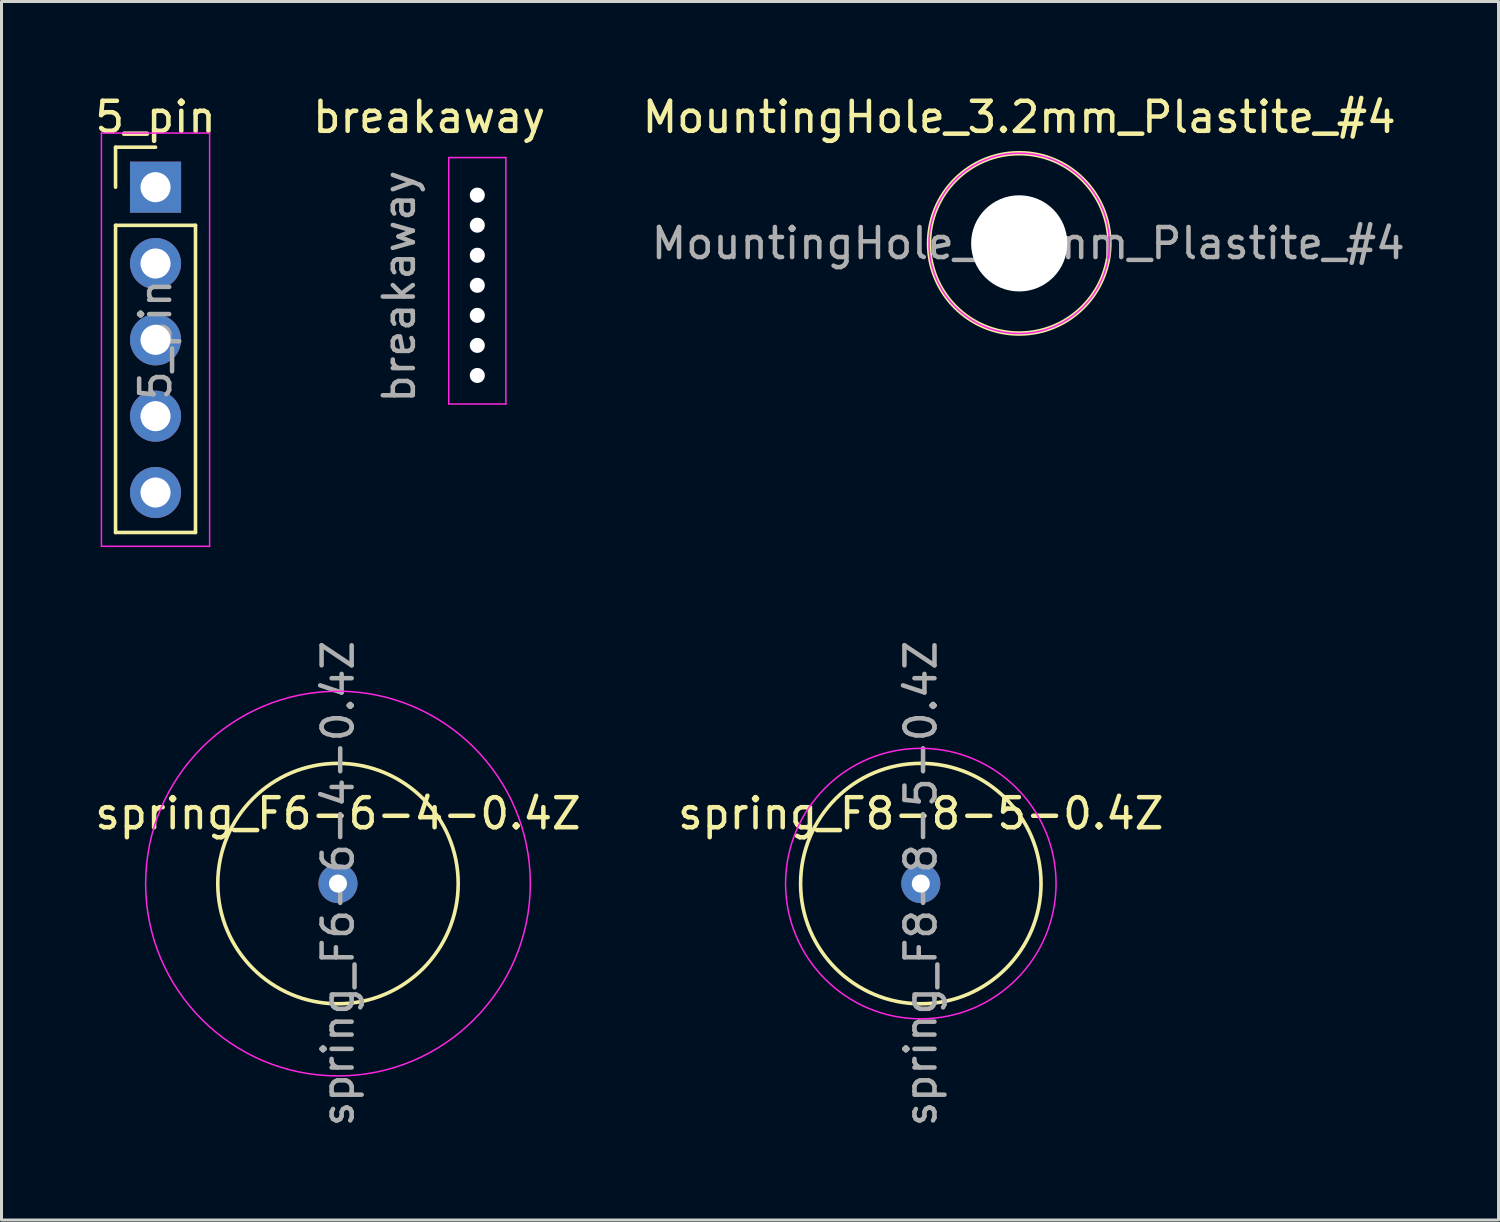
<source format=kicad_pcb>
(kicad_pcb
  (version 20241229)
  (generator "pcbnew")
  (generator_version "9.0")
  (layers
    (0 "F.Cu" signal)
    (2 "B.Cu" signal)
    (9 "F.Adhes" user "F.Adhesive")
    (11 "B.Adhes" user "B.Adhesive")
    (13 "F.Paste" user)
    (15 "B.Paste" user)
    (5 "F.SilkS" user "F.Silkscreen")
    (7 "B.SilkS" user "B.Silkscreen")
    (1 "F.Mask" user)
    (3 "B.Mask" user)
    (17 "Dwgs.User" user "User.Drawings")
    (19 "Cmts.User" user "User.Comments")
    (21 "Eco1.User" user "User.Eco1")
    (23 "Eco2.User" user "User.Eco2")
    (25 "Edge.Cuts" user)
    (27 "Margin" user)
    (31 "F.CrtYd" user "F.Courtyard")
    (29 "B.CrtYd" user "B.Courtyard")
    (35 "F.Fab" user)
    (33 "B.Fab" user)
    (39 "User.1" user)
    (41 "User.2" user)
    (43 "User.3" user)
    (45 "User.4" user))
  (footprint "5_pin"
    (layer "F.Cu")
    (at 2.125 8.258)
    (property "Reference" "5_pin" (at 0 -7.41 0) (layer "F.SilkS") (effects (font (size 1 1) (thickness 0.15))))
    (attr smd)
    (fp_line (start -1.33 -6.41) (end 0 -6.41) (stroke (width 0.12) (type solid)) (layer "F.SilkS"))
    (fp_line (start -1.33 -5.08) (end -1.33 -6.41) (stroke (width 0.12) (type solid)) (layer "F.SilkS"))
    (fp_line (start -1.33 -3.81) (end -1.33 6.41) (stroke (width 0.12) (type solid)) (layer "F.SilkS"))
    (fp_line (start -1.33 -3.81) (end 1.33 -3.81) (stroke (width 0.12) (type solid)) (layer "F.SilkS"))
    (fp_line (start -1.33 6.41) (end 1.33 6.41) (stroke (width 0.12) (type solid)) (layer "F.SilkS"))
    (fp_line (start 1.33 -3.81) (end 1.33 6.41) (stroke (width 0.12) (type solid)) (layer "F.SilkS"))
    (fp_line (start -1.8 -6.88) (end -1.8 6.87) (stroke (width 0.05) (type solid)) (layer "F.CrtYd"))
    (fp_line (start -1.8 6.87) (end 1.8 6.87) (stroke (width 0.05) (type solid)) (layer "F.CrtYd"))
    (fp_line (start 1.8 -6.88) (end -1.8 -6.88) (stroke (width 0.05) (type solid)) (layer "F.CrtYd"))
    (fp_line (start 1.8 6.87) (end 1.8 -6.88) (stroke (width 0.05) (type solid)) (layer "F.CrtYd"))
    (fp_text user "${REFERENCE}" (at 0 0 270) (layer "F.Fab") (effects (font (size 1 1) (thickness 0.15))))
    (pad "1" thru_hole rect (at 0 -5.08) (size 1.7 1.7) (drill 1) (layers "*.Cu" "*.Mask"))
    (pad "2" thru_hole oval (at 0 -2.54) (size 1.7 1.7) (drill 1) (layers "*.Cu" "*.Mask"))
    (pad "3" thru_hole oval (at 0 0) (size 1.7 1.7) (drill 1) (layers "*.Cu" "*.Mask"))
    (pad "4" thru_hole oval (at 0 2.54) (size 1.7 1.7) (drill 1) (layers "*.Cu" "*.Mask"))
    (pad "5" thru_hole oval (at 0 5.08 180) (size 1.7 1.7) (drill 1) (layers "*.Cu" "*.Mask")))
  (footprint "spring_F8-8-5-0.4Z"
    (layer "F.Cu")
    (at 27.589 26.35)
    (property "Reference" "spring_F8-8-5-0.4Z" (at 0 -2.33 0) (layer "F.SilkS") (effects (font (size 1 1) (thickness 0.15))))
    (attr through_hole)
    (fp_circle (center 0 0) (end 4 0) (stroke (width 0.12) (type default)) (fill no) (layer "F.SilkS"))
    (fp_circle (center 0 0) (end 4.5 0) (stroke (width 0.05) (type default)) (fill no) (layer "F.CrtYd"))
    (fp_text user "${REFERENCE}" (at 0 0 90) (layer "F.Fab") (effects (font (size 1 1) (thickness 0.15))))
    (pad "1" thru_hole circle (at 0 0) (size 1.3 1.3) (drill 0.6) (layers "*.Cu" "*.Mask")))
  (footprint "breakaway"
    (layer "F.Cu")
    (at 12.832 3.943)
    (property "Reference" "breakaway" (at -1.6 -3.095 0) (layer "F.SilkS") (effects (font (size 1 1) (thickness 0.15))))
    (attr through_hole exclude_from_pos_files exclude_from_bom)
    (fp_line (start -0.95 -1.75) (end -0.95 6.45) (stroke (width 0.05) (type solid)) (layer "F.CrtYd"))
    (fp_line (start -0.95 6.45) (end 0.95 6.45) (stroke (width 0.05) (type solid)) (layer "F.CrtYd"))
    (fp_line (start 0.95 -1.75) (end -0.95 -1.75) (stroke (width 0.05) (type solid)) (layer "F.CrtYd"))
    (fp_line (start 0.95 6.45) (end 0.95 -1.75) (stroke (width 0.05) (type solid)) (layer "F.CrtYd"))
    (fp_text user "${REFERENCE}" (at -2.6 2.54 90) (layer "F.Fab") (effects (font (size 1 1) (thickness 0.15))))
    (pad "" np_thru_hole circle (at 0 -0.5) (size 0.5 0.5) (drill 0.5) (layers "*.Cu" "*.Mask"))
    (pad "" np_thru_hole circle (at 0 0.5) (size 0.5 0.5) (drill 0.5) (layers "*.Cu" "*.Mask"))
    (pad "" np_thru_hole circle (at 0 1.5) (size 0.5 0.5) (drill 0.5) (layers "*.Cu" "*.Mask"))
    (pad "" np_thru_hole circle (at 0 2.5) (size 0.5 0.5) (drill 0.5) (layers "*.Cu" "*.Mask"))
    (pad "" np_thru_hole circle (at 0 3.5) (size 0.5 0.5) (drill 0.5) (layers "*.Cu" "*.Mask"))
    (pad "" np_thru_hole circle (at 0 4.5) (size 0.5 0.5) (drill 0.5) (layers "*.Cu" "*.Mask"))
    (pad "" np_thru_hole circle (at 0 5.5) (size 0.5 0.5) (drill 0.5) (layers "*.Cu" "*.Mask")))
  (footprint "spring_F6-6-4-0.4Z"
    (layer "F.Cu")
    (at 8.196 26.35)
    (property "Reference" "spring_F6-6-4-0.4Z" (at 0 -2.33 0) (layer "F.SilkS") (effects (font (size 1 1) (thickness 0.15))))
    (attr through_hole)
    (fp_circle (center 0 0) (end 4 0) (stroke (width 0.12) (type default)) (fill no) (layer "F.SilkS"))
    (fp_circle (center 0 0) (end 6.4 0) (stroke (width 0.05) (type default)) (fill no) (layer "F.CrtYd"))
    (fp_text user "${REFERENCE}" (at 0 0 90) (layer "F.Fab") (effects (font (size 1 1) (thickness 0.15))))
    (pad "1" thru_hole circle (at 0 0) (size 1.3 1.3) (drill 0.6) (layers "*.Cu" "*.Mask")))
  (footprint "MountingHole_3.2mm_Plastite_#4"
    (layer "F.Cu")
    (at 30.863 5.048)
    (property "Reference" "MountingHole_3.2mm_Plastite_#4" (at 0 -4.2 0) (layer "F.SilkS") (effects (font (size 1 1) (thickness 0.15))))
    (attr smd)
    (fp_circle (center 0 0) (end 3 0) (stroke (width 0.15) (type solid)) (fill no) (layer "F.SilkS"))
    (fp_circle (center 0 0) (end 3 0) (stroke (width 0.05) (type solid)) (fill no) (layer "F.CrtYd"))
    (fp_text user "${REFERENCE}" (at 0.3 0 0) (layer "F.Fab") (effects (font (size 1 1) (thickness 0.15))))
    (pad "" np_thru_hole circle (at 0 0) (size 3.2 3.2) (drill 3.9) (layers "*.Cu" "*.Mask")))
  (gr_rect
    (start -3 -3)
    (end 46.812 37.546)
    (stroke (width 0.1) (type default))
    (fill no)
    (layer "Edge.Cuts")))
</source>
